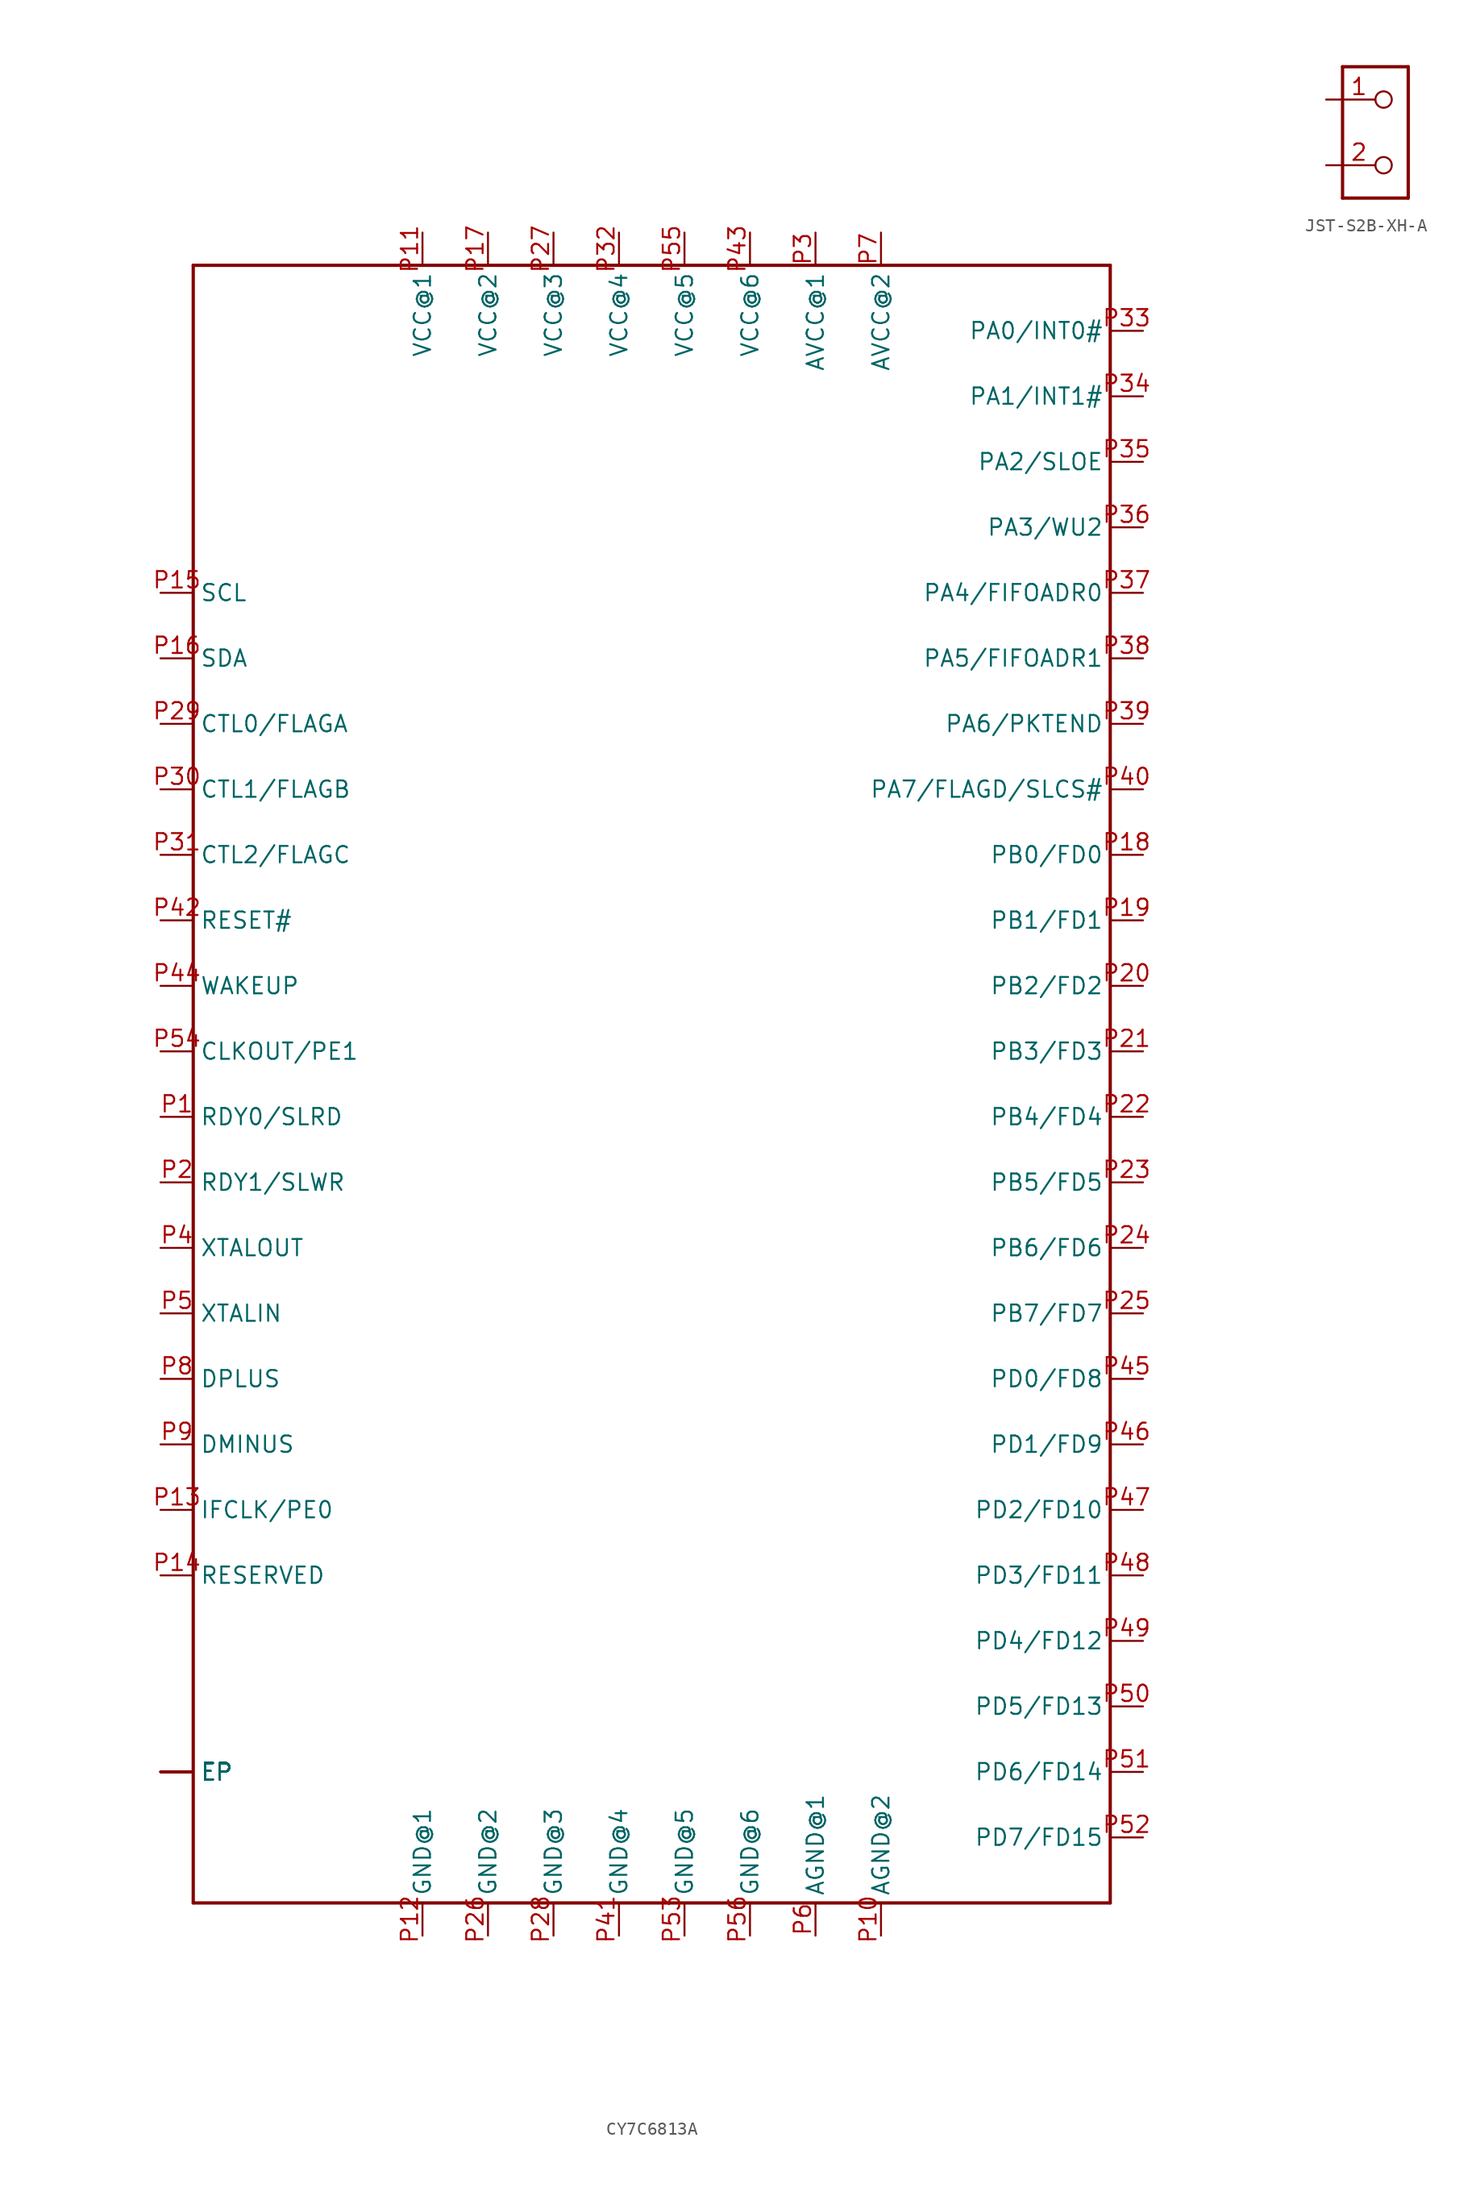
<source format=kicad_sym>
(kicad_symbol_lib
  (version 20231120)
  (generator "kicad_symbol_editor")
  (generator_version "8.0")
  (symbol "CY7C6813A"
    (property "Reference" ""
      (at -5.08 6.35 0)
      (effects (font (size 1.778 1.511) (bold yes)) (justify left bottom) (hide yes)))
    (property "Value" ""
      (at 3.81 -6.35 0)
      (effects (font (size 1.778 1.511) (bold yes)) (justify right top)))
    (property "ki_locked" ""
      (at 0 0 0)
      (effects (font (size 1.27 1.27))))
    (symbol "CY7C6813A_1_0"
      (polyline (pts (xy -35.56 -60.96) (xy 35.56 -60.96)) (stroke (width 0.254) (type solid)) (fill (type none)))
      (polyline (pts (xy -35.56 66.04) (xy -35.56 -60.96)) (stroke (width 0.254) (type solid)) (fill (type none)))
      (polyline (pts (xy 35.56 -60.96) (xy 35.56 66.04)) (stroke (width 0.254) (type solid)) (fill (type none)))
      (polyline (pts (xy 35.56 66.04) (xy -35.56 66.04)) (stroke (width 0.254) (type solid)) (fill (type none)))
      (pin power_in line (at -38.1 -50.8 0) (length 2.54) (name "EP" (effects (font (size 1.27 1.27)))) (number "EP1" (effects (font (size 0 0)))))
      (pin power_in line (at -38.1 -50.8 0) (length 2.54) (name "EP" (effects (font (size 1.27 1.27)))) (number "EP2" (effects (font (size 0 0)))))
      (pin power_in line (at -38.1 -50.8 0) (length 2.54) (name "EP" (effects (font (size 1.27 1.27)))) (number "EP3" (effects (font (size 0 0)))))
      (pin power_in line (at -38.1 -50.8 0) (length 2.54) (name "EP" (effects (font (size 1.27 1.27)))) (number "EP4" (effects (font (size 0 0)))))
      (pin power_in line (at -38.1 -50.8 0) (length 2.54) (name "EP" (effects (font (size 1.27 1.27)))) (number "EP5" (effects (font (size 0 0)))))
      (pin power_in line (at -38.1 -50.8 0) (length 2.54) (name "EP" (effects (font (size 1.27 1.27)))) (number "P$1" (effects (font (size 0 0)))))
      (pin power_in line (at -38.1 -50.8 0) (length 2.54) (name "EP" (effects (font (size 1.27 1.27)))) (number "P$10" (effects (font (size 0 0)))))
      (pin power_in line (at -38.1 -50.8 0) (length 2.54) (name "EP" (effects (font (size 1.27 1.27)))) (number "P$11" (effects (font (size 0 0)))))
      (pin power_in line (at -38.1 -50.8 0) (length 2.54) (name "EP" (effects (font (size 1.27 1.27)))) (number "P$12" (effects (font (size 0 0)))))
      (pin power_in line (at -38.1 -50.8 0) (length 2.54) (name "EP" (effects (font (size 1.27 1.27)))) (number "P$13" (effects (font (size 0 0)))))
      (pin power_in line (at -38.1 -50.8 0) (length 2.54) (name "EP" (effects (font (size 1.27 1.27)))) (number "P$14" (effects (font (size 0 0)))))
      (pin power_in line (at -38.1 -50.8 0) (length 2.54) (name "EP" (effects (font (size 1.27 1.27)))) (number "P$15" (effects (font (size 0 0)))))
      (pin power_in line (at -38.1 -50.8 0) (length 2.54) (name "EP" (effects (font (size 1.27 1.27)))) (number "P$16" (effects (font (size 0 0)))))
      (pin power_in line (at -38.1 -50.8 0) (length 2.54) (name "EP" (effects (font (size 1.27 1.27)))) (number "P$17" (effects (font (size 0 0)))))
      (pin power_in line (at -38.1 -50.8 0) (length 2.54) (name "EP" (effects (font (size 1.27 1.27)))) (number "P$18" (effects (font (size 0 0)))))
      (pin power_in line (at -38.1 -50.8 0) (length 2.54) (name "EP" (effects (font (size 1.27 1.27)))) (number "P$19" (effects (font (size 0 0)))))
      (pin power_in line (at -38.1 -50.8 0) (length 2.54) (name "EP" (effects (font (size 1.27 1.27)))) (number "P$2" (effects (font (size 0 0)))))
      (pin power_in line (at -38.1 -50.8 0) (length 2.54) (name "EP" (effects (font (size 1.27 1.27)))) (number "P$20" (effects (font (size 0 0)))))
      (pin power_in line (at -38.1 -50.8 0) (length 2.54) (name "EP" (effects (font (size 1.27 1.27)))) (number "P$3" (effects (font (size 0 0)))))
      (pin power_in line (at -38.1 -50.8 0) (length 2.54) (name "EP" (effects (font (size 1.27 1.27)))) (number "P$4" (effects (font (size 0 0)))))
      (pin power_in line (at -38.1 -50.8 0) (length 2.54) (name "EP" (effects (font (size 1.27 1.27)))) (number "P$5" (effects (font (size 0 0)))))
      (pin power_in line (at -38.1 -50.8 0) (length 2.54) (name "EP" (effects (font (size 1.27 1.27)))) (number "P$6" (effects (font (size 0 0)))))
      (pin power_in line (at -38.1 -50.8 0) (length 2.54) (name "EP" (effects (font (size 1.27 1.27)))) (number "P$7" (effects (font (size 0 0)))))
      (pin power_in line (at -38.1 -50.8 0) (length 2.54) (name "EP" (effects (font (size 1.27 1.27)))) (number "P$8" (effects (font (size 0 0)))))
      (pin power_in line (at -38.1 -50.8 0) (length 2.54) (name "EP" (effects (font (size 1.27 1.27)))) (number "P$9" (effects (font (size 0 0)))))
      (pin bidirectional line (at -38.1 0 0) (length 2.54) (name "RDY0/SLRD" (effects (font (size 1.27 1.27)))) (number "P1" (effects (font (size 1.27 1.27)))))
      (pin power_in line (at 17.78 -63.5 90) (length 2.54) (name "AGND@2" (effects (font (size 1.27 1.27)))) (number "P10" (effects (font (size 1.27 1.27)))))
      (pin power_in line (at -17.78 68.58 270) (length 2.54) (name "VCC@1" (effects (font (size 1.27 1.27)))) (number "P11" (effects (font (size 1.27 1.27)))))
      (pin power_in line (at -17.78 -63.5 90) (length 2.54) (name "GND@1" (effects (font (size 1.27 1.27)))) (number "P12" (effects (font (size 1.27 1.27)))))
      (pin input line (at -38.1 -30.48 0) (length 2.54) (name "IFCLK/PE0" (effects (font (size 1.27 1.27)))) (number "P13" (effects (font (size 1.27 1.27)))))
      (pin bidirectional line (at -38.1 -35.56 0) (length 2.54) (name "RESERVED" (effects (font (size 1.27 1.27)))) (number "P14" (effects (font (size 1.27 1.27)))))
      (pin output line (at -38.1 40.64 0) (length 2.54) (name "SCL" (effects (font (size 1.27 1.27)))) (number "P15" (effects (font (size 1.27 1.27)))))
      (pin output line (at -38.1 35.56 0) (length 2.54) (name "SDA" (effects (font (size 1.27 1.27)))) (number "P16" (effects (font (size 1.27 1.27)))))
      (pin power_in line (at -12.7 68.58 270) (length 2.54) (name "VCC@2" (effects (font (size 1.27 1.27)))) (number "P17" (effects (font (size 1.27 1.27)))))
      (pin bidirectional line (at 38.1 20.32 180) (length 2.54) (name "PB0/FD0" (effects (font (size 1.27 1.27)))) (number "P18" (effects (font (size 1.27 1.27)))))
      (pin bidirectional line (at 38.1 15.24 180) (length 2.54) (name "PB1/FD1" (effects (font (size 1.27 1.27)))) (number "P19" (effects (font (size 1.27 1.27)))))
      (pin bidirectional line (at -38.1 -5.08 0) (length 2.54) (name "RDY1/SLWR" (effects (font (size 1.27 1.27)))) (number "P2" (effects (font (size 1.27 1.27)))))
      (pin bidirectional line (at 38.1 10.16 180) (length 2.54) (name "PB2/FD2" (effects (font (size 1.27 1.27)))) (number "P20" (effects (font (size 1.27 1.27)))))
      (pin bidirectional line (at 38.1 5.08 180) (length 2.54) (name "PB3/FD3" (effects (font (size 1.27 1.27)))) (number "P21" (effects (font (size 1.27 1.27)))))
      (pin bidirectional line (at 38.1 0 180) (length 2.54) (name "PB4/FD4" (effects (font (size 1.27 1.27)))) (number "P22" (effects (font (size 1.27 1.27)))))
      (pin bidirectional line (at 38.1 -5.08 180) (length 2.54) (name "PB5/FD5" (effects (font (size 1.27 1.27)))) (number "P23" (effects (font (size 1.27 1.27)))))
      (pin bidirectional line (at 38.1 -10.16 180) (length 2.54) (name "PB6/FD6" (effects (font (size 1.27 1.27)))) (number "P24" (effects (font (size 1.27 1.27)))))
      (pin bidirectional line (at 38.1 -15.24 180) (length 2.54) (name "PB7/FD7" (effects (font (size 1.27 1.27)))) (number "P25" (effects (font (size 1.27 1.27)))))
      (pin power_in line (at -12.7 -63.5 90) (length 2.54) (name "GND@2" (effects (font (size 1.27 1.27)))) (number "P26" (effects (font (size 1.27 1.27)))))
      (pin power_in line (at -7.62 68.58 270) (length 2.54) (name "VCC@3" (effects (font (size 1.27 1.27)))) (number "P27" (effects (font (size 1.27 1.27)))))
      (pin power_in line (at -7.62 -63.5 90) (length 2.54) (name "GND@3" (effects (font (size 1.27 1.27)))) (number "P28" (effects (font (size 1.27 1.27)))))
      (pin bidirectional line (at -38.1 30.48 0) (length 2.54) (name "CTL0/FLAGA" (effects (font (size 1.27 1.27)))) (number "P29" (effects (font (size 1.27 1.27)))))
      (pin power_in line (at 12.7 68.58 270) (length 2.54) (name "AVCC@1" (effects (font (size 1.27 1.27)))) (number "P3" (effects (font (size 1.27 1.27)))))
      (pin bidirectional line (at -38.1 25.4 0) (length 2.54) (name "CTL1/FLAGB" (effects (font (size 1.27 1.27)))) (number "P30" (effects (font (size 1.27 1.27)))))
      (pin bidirectional line (at -38.1 20.32 0) (length 2.54) (name "CTL2/FLAGC" (effects (font (size 1.27 1.27)))) (number "P31" (effects (font (size 1.27 1.27)))))
      (pin power_in line (at -2.54 68.58 270) (length 2.54) (name "VCC@4" (effects (font (size 1.27 1.27)))) (number "P32" (effects (font (size 1.27 1.27)))))
      (pin bidirectional line (at 38.1 60.96 180) (length 2.54) (name "PA0/INT0#" (effects (font (size 1.27 1.27)))) (number "P33" (effects (font (size 1.27 1.27)))))
      (pin bidirectional line (at 38.1 55.88 180) (length 2.54) (name "PA1/INT1#" (effects (font (size 1.27 1.27)))) (number "P34" (effects (font (size 1.27 1.27)))))
      (pin bidirectional line (at 38.1 50.8 180) (length 2.54) (name "PA2/SLOE" (effects (font (size 1.27 1.27)))) (number "P35" (effects (font (size 1.27 1.27)))))
      (pin bidirectional line (at 38.1 45.72 180) (length 2.54) (name "PA3/WU2" (effects (font (size 1.27 1.27)))) (number "P36" (effects (font (size 1.27 1.27)))))
      (pin bidirectional line (at 38.1 40.64 180) (length 2.54) (name "PA4/FIFOADR0" (effects (font (size 1.27 1.27)))) (number "P37" (effects (font (size 1.27 1.27)))))
      (pin bidirectional line (at 38.1 35.56 180) (length 2.54) (name "PA5/FIFOADR1" (effects (font (size 1.27 1.27)))) (number "P38" (effects (font (size 1.27 1.27)))))
      (pin bidirectional line (at 38.1 30.48 180) (length 2.54) (name "PA6/PKTEND" (effects (font (size 1.27 1.27)))) (number "P39" (effects (font (size 1.27 1.27)))))
      (pin output line (at -38.1 -10.16 0) (length 2.54) (name "XTALOUT" (effects (font (size 1.27 1.27)))) (number "P4" (effects (font (size 1.27 1.27)))))
      (pin bidirectional line (at 38.1 25.4 180) (length 2.54) (name "PA7/FLAGD/SLCS#" (effects (font (size 1.27 1.27)))) (number "P40" (effects (font (size 1.27 1.27)))))
      (pin power_in line (at -2.54 -63.5 90) (length 2.54) (name "GND@4" (effects (font (size 1.27 1.27)))) (number "P41" (effects (font (size 1.27 1.27)))))
      (pin input line (at -38.1 15.24 0) (length 2.54) (name "RESET#" (effects (font (size 1.27 1.27)))) (number "P42" (effects (font (size 1.27 1.27)))))
      (pin power_in line (at 7.62 68.58 270) (length 2.54) (name "VCC@6" (effects (font (size 1.27 1.27)))) (number "P43" (effects (font (size 1.27 1.27)))))
      (pin input line (at -38.1 10.16 0) (length 2.54) (name "WAKEUP" (effects (font (size 1.27 1.27)))) (number "P44" (effects (font (size 1.27 1.27)))))
      (pin bidirectional line (at 38.1 -20.32 180) (length 2.54) (name "PD0/FD8" (effects (font (size 1.27 1.27)))) (number "P45" (effects (font (size 1.27 1.27)))))
      (pin bidirectional line (at 38.1 -25.4 180) (length 2.54) (name "PD1/FD9" (effects (font (size 1.27 1.27)))) (number "P46" (effects (font (size 1.27 1.27)))))
      (pin bidirectional line (at 38.1 -30.48 180) (length 2.54) (name "PD2/FD10" (effects (font (size 1.27 1.27)))) (number "P47" (effects (font (size 1.27 1.27)))))
      (pin bidirectional line (at 38.1 -35.56 180) (length 2.54) (name "PD3/FD11" (effects (font (size 1.27 1.27)))) (number "P48" (effects (font (size 1.27 1.27)))))
      (pin bidirectional line (at 38.1 -40.64 180) (length 2.54) (name "PD4/FD12" (effects (font (size 1.27 1.27)))) (number "P49" (effects (font (size 1.27 1.27)))))
      (pin input line (at -38.1 -15.24 0) (length 2.54) (name "XTALIN" (effects (font (size 1.27 1.27)))) (number "P5" (effects (font (size 1.27 1.27)))))
      (pin bidirectional line (at 38.1 -45.72 180) (length 2.54) (name "PD5/FD13" (effects (font (size 1.27 1.27)))) (number "P50" (effects (font (size 1.27 1.27)))))
      (pin bidirectional line (at 38.1 -50.8 180) (length 2.54) (name "PD6/FD14" (effects (font (size 1.27 1.27)))) (number "P51" (effects (font (size 1.27 1.27)))))
      (pin bidirectional line (at 38.1 -55.88 180) (length 2.54) (name "PD7/FD15" (effects (font (size 1.27 1.27)))) (number "P52" (effects (font (size 1.27 1.27)))))
      (pin power_in line (at 2.54 -63.5 90) (length 2.54) (name "GND@5" (effects (font (size 1.27 1.27)))) (number "P53" (effects (font (size 1.27 1.27)))))
      (pin bidirectional line (at -38.1 5.08 0) (length 2.54) (name "CLKOUT/PE1" (effects (font (size 1.27 1.27)))) (number "P54" (effects (font (size 1.27 1.27)))))
      (pin power_in line (at 2.54 68.58 270) (length 2.54) (name "VCC@5" (effects (font (size 1.27 1.27)))) (number "P55" (effects (font (size 1.27 1.27)))))
      (pin power_in line (at 7.62 -63.5 90) (length 2.54) (name "GND@6" (effects (font (size 1.27 1.27)))) (number "P56" (effects (font (size 1.27 1.27)))))
      (pin power_in line (at 12.7 -63.5 90) (length 2.54) (name "AGND@1" (effects (font (size 1.27 1.27)))) (number "P6" (effects (font (size 1.27 1.27)))))
      (pin power_in line (at 17.78 68.58 270) (length 2.54) (name "AVCC@2" (effects (font (size 1.27 1.27)))) (number "P7" (effects (font (size 1.27 1.27)))))
      (pin bidirectional line (at -38.1 -20.32 0) (length 2.54) (name "DPLUS" (effects (font (size 1.27 1.27)))) (number "P8" (effects (font (size 1.27 1.27)))))
      (pin bidirectional line (at -38.1 -25.4 0) (length 2.54) (name "DMINUS" (effects (font (size 1.27 1.27)))) (number "P9" (effects (font (size 1.27 1.27)))))))
  (symbol "JST-S2B-XH-A"
    (property "Reference" ""
      (at -3.81 7.62 0)
      (effects (font (size 1.778 1.511)) (justify left bottom) (hide yes)))
    (property "ki_locked" ""
      (at 0 0 0)
      (effects (font (size 1.27 1.27))))
    (symbol "JST-S2B-XH-A_1_0"
      (polyline (pts (xy -2.54 -5.08) (xy -2.54 5.08)) (stroke (width 0.254) (type solid)) (fill (type none)))
      (polyline (pts (xy -2.54 5.08) (xy 2.54 5.08)) (stroke (width 0.254) (type solid)) (fill (type none)))
      (polyline (pts (xy 2.54 -5.08) (xy -2.54 -5.08)) (stroke (width 0.254) (type solid)) (fill (type none)))
      (polyline (pts (xy 2.54 5.08) (xy 2.54 -5.08)) (stroke (width 0.254) (type solid)) (fill (type none)))
      (pin bidirectional inverted (at -3.81 2.54 0) (length 5.08) (name "P1" (effects (font (size 0 0)))) (number "1" (effects (font (size 1.27 1.27)))))
      (pin bidirectional inverted (at -3.81 -2.54 0) (length 5.08) (name "P2" (effects (font (size 0 0)))) (number "2" (effects (font (size 1.27 1.27))))))))
</source>
